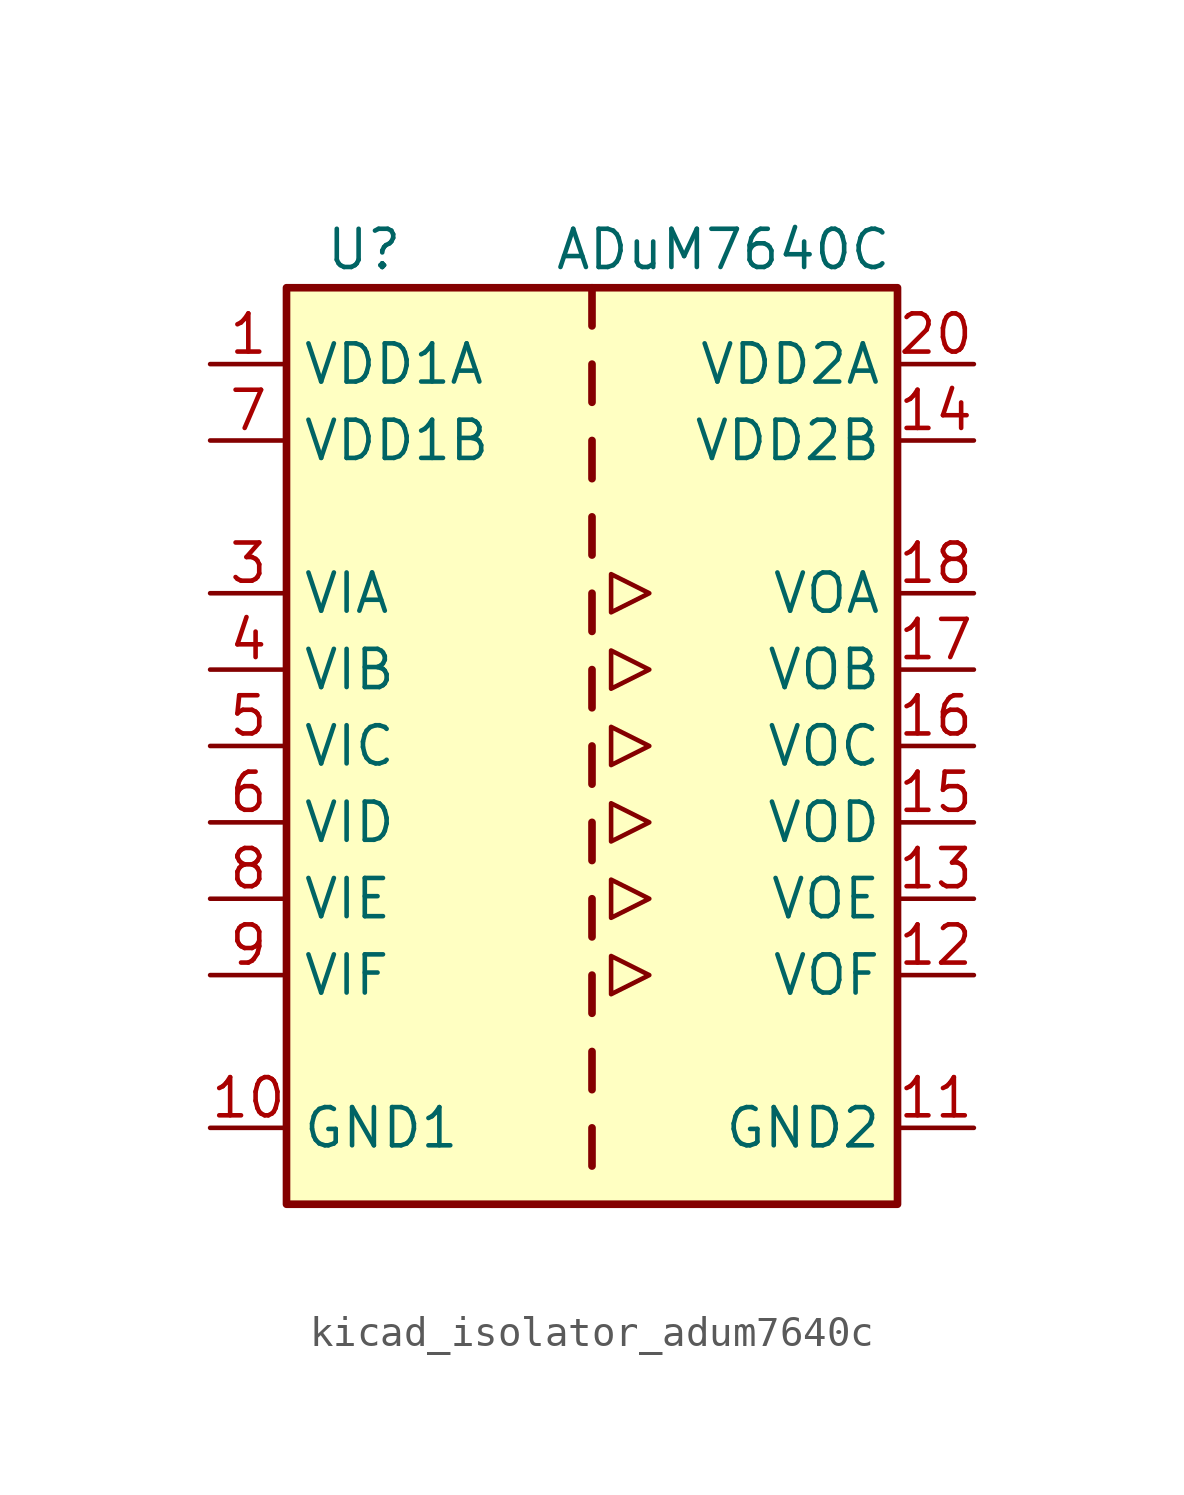
<source format=kicad_sym>
(kicad_symbol_lib
  (version 20220914)
  (generator kicad_symbol_editor)
  (symbol "kicad_isolator_adum7640c"
    (property "Reference" "U"
      (at -8.89 16.51 0)
      (effects (font (size 1.27 1.27)) (justify left)))
    (property "Value" "ADuM7640C"
      (at -1.27 16.51 0)
      (effects (font (size 1.27 1.27)) (justify left)))
    (symbol "kicad_isolator_adum7640c_0_1"
      (polyline (pts (xy 0.635 -6.985) (xy 0.635 -8.255) (xy 1.905 -7.62) (xy 0.635 -6.985)) (stroke (width 0) (type default)) (fill (type none)))
      (polyline (pts (xy 0.635 3.175) (xy 0.635 1.905) (xy 1.905 2.54) (xy 0.635 3.175)) (stroke (width 0) (type default)) (fill (type none)))
      (polyline (pts (xy 0.635 5.715) (xy 0.635 4.445) (xy 1.905 5.08) (xy 0.635 5.715)) (stroke (width 0) (type default)) (fill (type none)))
      (polyline (pts (xy 1.905 -5.08) (xy 0.635 -4.445) (xy 0.635 -5.715) (xy 1.905 -5.08)) (stroke (width 0) (type default)) (fill (type none)))
      (polyline (pts (xy 1.905 -2.54) (xy 0.635 -1.905) (xy 0.635 -3.175) (xy 1.905 -2.54)) (stroke (width 0) (type default)) (fill (type none)))
      (polyline (pts (xy 1.905 0) (xy 0.635 -0.635) (xy 0.635 0.635) (xy 1.905 0)) (stroke (width 0) (type default)) (fill (type none))))
    (symbol "kicad_isolator_adum7640c_1_1"
      (rectangle (start -10.16 15.24) (end 10.16 -15.24) (stroke (width 0.254) (type default)) (fill (type background)))
      (polyline (pts (xy 0 -12.7) (xy 0 -13.97)) (stroke (width 0.254) (type default)) (fill (type none)))
      (polyline (pts (xy 0 -10.16) (xy 0 -11.43)) (stroke (width 0.254) (type default)) (fill (type none)))
      (polyline (pts (xy 0 -7.62) (xy 0 -8.89)) (stroke (width 0.254) (type default)) (fill (type none)))
      (polyline (pts (xy 0 -5.08) (xy 0 -6.35)) (stroke (width 0.254) (type default)) (fill (type none)))
      (polyline (pts (xy 0 -2.54) (xy 0 -3.81)) (stroke (width 0.254) (type default)) (fill (type none)))
      (polyline (pts (xy 0 0) (xy 0 -1.27)) (stroke (width 0.254) (type default)) (fill (type none)))
      (polyline (pts (xy 0 2.54) (xy 0 1.27)) (stroke (width 0.254) (type default)) (fill (type none)))
      (polyline (pts (xy 0 5.08) (xy 0 3.81)) (stroke (width 0.254) (type default)) (fill (type none)))
      (polyline (pts (xy 0 7.62) (xy 0 6.35)) (stroke (width 0.254) (type default)) (fill (type none)))
      (polyline (pts (xy 0 10.16) (xy 0 8.89)) (stroke (width 0.254) (type default)) (fill (type none)))
      (polyline (pts (xy 0 12.7) (xy 0 11.43)) (stroke (width 0.254) (type default)) (fill (type none)))
      (polyline (pts (xy 0 15.24) (xy 0 13.97)) (stroke (width 0.254) (type default)) (fill (type none)))
      (pin power_in line (at -12.7 12.7 0) (length 2.54) (name "VDD1A" (effects (font (size 1.27 1.27)))) (number "1" (effects (font (size 1.27 1.27)))))
      (pin power_in line (at -12.7 -12.7 0) (length 2.54) (name "GND1" (effects (font (size 1.27 1.27)))) (number "10" (effects (font (size 1.27 1.27)))))
      (pin power_in line (at 12.7 -12.7 180) (length 2.54) (name "GND2" (effects (font (size 1.27 1.27)))) (number "11" (effects (font (size 1.27 1.27)))))
      (pin output line (at 12.7 -7.62 180) (length 2.54) (name "VOF" (effects (font (size 1.27 1.27)))) (number "12" (effects (font (size 1.27 1.27)))))
      (pin output line (at 12.7 -5.08 180) (length 2.54) (name "VOE" (effects (font (size 1.27 1.27)))) (number "13" (effects (font (size 1.27 1.27)))))
      (pin power_in line (at 12.7 10.16 180) (length 2.54) (name "VDD2B" (effects (font (size 1.27 1.27)))) (number "14" (effects (font (size 1.27 1.27)))))
      (pin output line (at 12.7 -2.54 180) (length 2.54) (name "VOD" (effects (font (size 1.27 1.27)))) (number "15" (effects (font (size 1.27 1.27)))))
      (pin output line (at 12.7 0 180) (length 2.54) (name "VOC" (effects (font (size 1.27 1.27)))) (number "16" (effects (font (size 1.27 1.27)))))
      (pin output line (at 12.7 2.54 180) (length 2.54) (name "VOB" (effects (font (size 1.27 1.27)))) (number "17" (effects (font (size 1.27 1.27)))))
      (pin output line (at 12.7 5.08 180) (length 2.54) (name "VOA" (effects (font (size 1.27 1.27)))) (number "18" (effects (font (size 1.27 1.27)))))
      (pin passive line (at 12.7 -12.7 180) (length 2.54) hide (name "GND2" (effects (font (size 1.27 1.27)))) (number "19" (effects (font (size 1.27 1.27)))))
      (pin passive line (at -12.7 -12.7 0) (length 2.54) hide (name "GND1" (effects (font (size 1.27 1.27)))) (number "2" (effects (font (size 1.27 1.27)))))
      (pin power_in line (at 12.7 12.7 180) (length 2.54) (name "VDD2A" (effects (font (size 1.27 1.27)))) (number "20" (effects (font (size 1.27 1.27)))))
      (pin input line (at -12.7 5.08 0) (length 2.54) (name "VIA" (effects (font (size 1.27 1.27)))) (number "3" (effects (font (size 1.27 1.27)))))
      (pin input line (at -12.7 2.54 0) (length 2.54) (name "VIB" (effects (font (size 1.27 1.27)))) (number "4" (effects (font (size 1.27 1.27)))))
      (pin input line (at -12.7 0 0) (length 2.54) (name "VIC" (effects (font (size 1.27 1.27)))) (number "5" (effects (font (size 1.27 1.27)))))
      (pin input line (at -12.7 -2.54 0) (length 2.54) (name "VID" (effects (font (size 1.27 1.27)))) (number "6" (effects (font (size 1.27 1.27)))))
      (pin power_in line (at -12.7 10.16 0) (length 2.54) (name "VDD1B" (effects (font (size 1.27 1.27)))) (number "7" (effects (font (size 1.27 1.27)))))
      (pin input line (at -12.7 -5.08 0) (length 2.54) (name "VIE" (effects (font (size 1.27 1.27)))) (number "8" (effects (font (size 1.27 1.27)))))
      (pin input line (at -12.7 -7.62 0) (length 2.54) (name "VIF" (effects (font (size 1.27 1.27)))) (number "9" (effects (font (size 1.27 1.27))))))))
</source>
